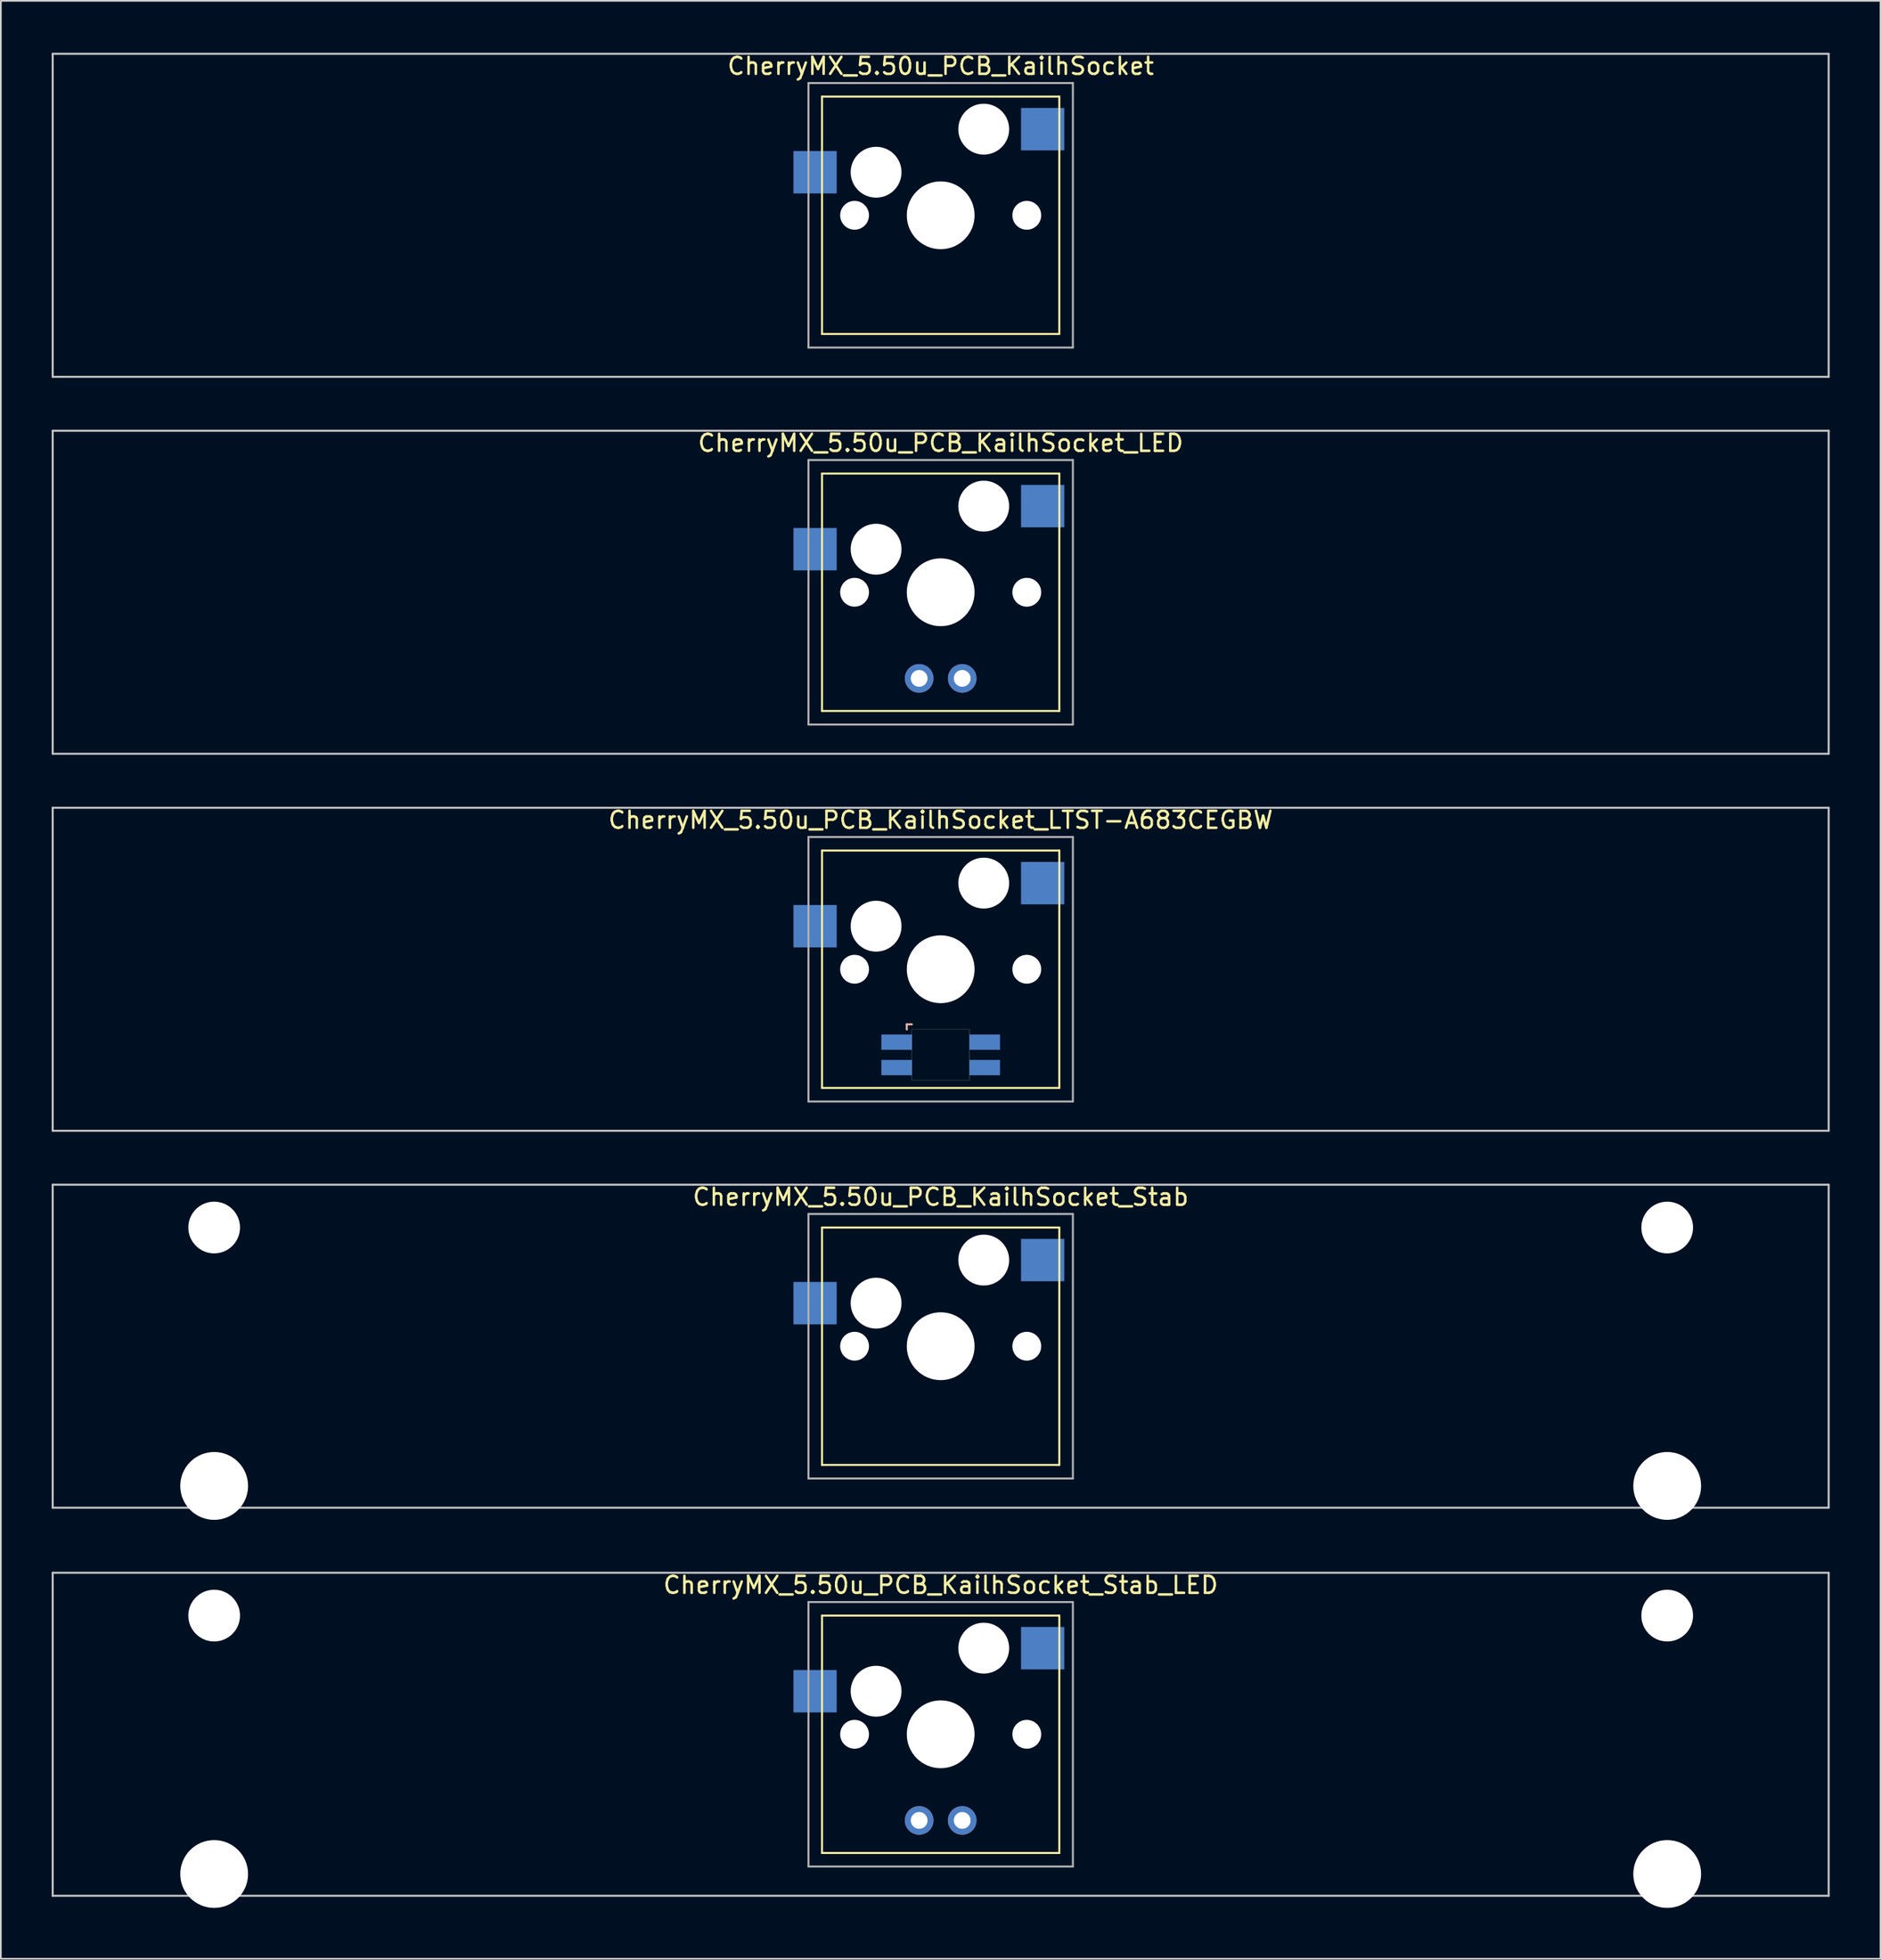
<source format=kicad_pcb>
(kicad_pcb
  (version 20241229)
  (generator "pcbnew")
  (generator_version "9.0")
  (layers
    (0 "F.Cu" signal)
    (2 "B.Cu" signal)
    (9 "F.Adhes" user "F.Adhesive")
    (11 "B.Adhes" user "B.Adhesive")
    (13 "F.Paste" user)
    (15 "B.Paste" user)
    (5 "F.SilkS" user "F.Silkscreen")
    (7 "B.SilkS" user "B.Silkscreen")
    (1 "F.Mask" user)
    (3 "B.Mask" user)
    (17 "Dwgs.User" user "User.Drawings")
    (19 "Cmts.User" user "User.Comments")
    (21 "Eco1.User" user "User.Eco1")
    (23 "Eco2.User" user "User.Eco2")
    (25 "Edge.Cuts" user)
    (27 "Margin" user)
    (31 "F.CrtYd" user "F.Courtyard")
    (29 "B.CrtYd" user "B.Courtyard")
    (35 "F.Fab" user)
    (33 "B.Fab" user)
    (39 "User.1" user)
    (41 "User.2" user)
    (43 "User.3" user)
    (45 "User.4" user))
  (footprint "CherryMX_5.50u_PCB_KailhSocket_LED"
    (layer "F.Cu")
    (at 52.447 31.881)
    (property "Reference" "CherryMX_5.50u_PCB_KailhSocket_LED" (at 0 -8.8 0) (layer "F.SilkS") (effects (font (size 1 1) (thickness 0.15))))
    (attr through_hole)
    (fp_line (start -7 -7) (end -7 7) (stroke (width 0.12) (type solid)) (layer "F.SilkS"))
    (fp_line (start -7 -7) (end 7 -7) (stroke (width 0.12) (type solid)) (layer "F.SilkS"))
    (fp_line (start 7 -7) (end 7 7) (stroke (width 0.12) (type solid)) (layer "F.SilkS"))
    (fp_line (start 7 7) (end -7 7) (stroke (width 0.12) (type solid)) (layer "F.SilkS"))
    (fp_line (start -52.388 -9.525) (end 52.388 -9.525) (stroke (width 0.12) (type solid)) (layer "Dwgs.User"))
    (fp_line (start -52.388 9.525) (end -52.388 -9.525) (stroke (width 0.12) (type solid)) (layer "Dwgs.User"))
    (fp_line (start 52.388 -9.525) (end 52.388 9.525) (stroke (width 0.12) (type solid)) (layer "Dwgs.User"))
    (fp_line (start 52.388 9.525) (end -52.388 9.525) (stroke (width 0.12) (type solid)) (layer "Dwgs.User"))
    (fp_line (start -7.8 -7.8) (end -7.8 7.8) (stroke (width 0.12) (type solid)) (layer "F.Fab"))
    (fp_line (start -7.8 -7.8) (end 7.8 -7.8) (stroke (width 0.12) (type solid)) (layer "F.Fab"))
    (fp_line (start -7.8 7.8) (end 7.8 7.8) (stroke (width 0.12) (type solid)) (layer "F.Fab"))
    (fp_line (start 7.8 -7.8) (end 7.8 7.8) (stroke (width 0.12) (type solid)) (layer "F.Fab"))
    (pad "" np_thru_hole circle (at -5.08 0) (size 1.7 1.7) (drill 1.7) (layers "*.Cu" "*.Mask"))
    (pad "" np_thru_hole circle (at -3.81 -2.54) (size 3 3) (drill 3) (layers "*.Cu" "*.Mask"))
    (pad "" np_thru_hole circle (at 0 0) (size 4 4) (drill 4) (layers "*.Cu" "*.Mask"))
    (pad "" np_thru_hole circle (at 2.54 -5.08) (size 3 3) (drill 3) (layers "*.Cu" "*.Mask"))
    (pad "" np_thru_hole circle (at 5.08 0) (size 1.7 1.7) (drill 1.7) (layers "*.Cu" "*.Mask"))
    (pad "1" smd rect (at -7.41 -2.54) (size 2.55 2.5) (layers "B.Cu" "B.Mask" "B.Paste"))
    (pad "2" smd rect (at 6.015 -5.08) (size 2.55 2.5) (layers "B.Cu" "B.Mask" "B.Paste"))
    (pad "3" thru_hole circle (at -1.27 5.08) (size 1.691 1.691) (drill 0.991) (layers "*.Cu" "*.Mask"))
    (pad "4" thru_hole circle (at 1.27 5.08) (size 1.691 1.691) (drill 0.991) (layers "*.Cu" "*.Mask")))
  (footprint "CherryMX_5.50u_PCB_KailhSocket_Stab_LED"
    (layer "F.Cu")
    (at 52.447 99.236)
    (property "Reference" "CherryMX_5.50u_PCB_KailhSocket_Stab_LED" (at 0 -8.8 0) (layer "F.SilkS") (effects (font (size 1 1) (thickness 0.15))))
    (attr through_hole)
    (fp_line (start -7 -7) (end -7 7) (stroke (width 0.12) (type solid)) (layer "F.SilkS"))
    (fp_line (start -7 -7) (end 7 -7) (stroke (width 0.12) (type solid)) (layer "F.SilkS"))
    (fp_line (start 7 -7) (end 7 7) (stroke (width 0.12) (type solid)) (layer "F.SilkS"))
    (fp_line (start 7 7) (end -7 7) (stroke (width 0.12) (type solid)) (layer "F.SilkS"))
    (fp_line (start -52.388 -9.525) (end 52.388 -9.525) (stroke (width 0.12) (type solid)) (layer "Dwgs.User"))
    (fp_line (start -52.388 9.525) (end -52.388 -9.525) (stroke (width 0.12) (type solid)) (layer "Dwgs.User"))
    (fp_line (start 52.388 -9.525) (end 52.388 9.525) (stroke (width 0.12) (type solid)) (layer "Dwgs.User"))
    (fp_line (start 52.388 9.525) (end -52.388 9.525) (stroke (width 0.12) (type solid)) (layer "Dwgs.User"))
    (fp_line (start -7.8 -7.8) (end -7.8 7.8) (stroke (width 0.12) (type solid)) (layer "F.Fab"))
    (fp_line (start -7.8 -7.8) (end 7.8 -7.8) (stroke (width 0.12) (type solid)) (layer "F.Fab"))
    (fp_line (start -7.8 7.8) (end 7.8 7.8) (stroke (width 0.12) (type solid)) (layer "F.Fab"))
    (fp_line (start 7.8 -7.8) (end 7.8 7.8) (stroke (width 0.12) (type solid)) (layer "F.Fab"))
    (pad "" np_thru_hole circle (at -42.862 -7) (size 3.05 3.05) (drill 3.05) (layers "*.Cu" "*.Mask"))
    (pad "" np_thru_hole circle (at -42.862 8.24) (size 4 4) (drill 4) (layers "*.Cu" "*.Mask"))
    (pad "" np_thru_hole circle (at -5.08 0) (size 1.7 1.7) (drill 1.7) (layers "*.Cu" "*.Mask"))
    (pad "" np_thru_hole circle (at -3.81 -2.54) (size 3 3) (drill 3) (layers "*.Cu" "*.Mask"))
    (pad "" np_thru_hole circle (at 0 0) (size 4 4) (drill 4) (layers "*.Cu" "*.Mask"))
    (pad "" np_thru_hole circle (at 2.54 -5.08) (size 3 3) (drill 3) (layers "*.Cu" "*.Mask"))
    (pad "" np_thru_hole circle (at 5.08 0) (size 1.7 1.7) (drill 1.7) (layers "*.Cu" "*.Mask"))
    (pad "" np_thru_hole circle (at 42.862 -7) (size 3.05 3.05) (drill 3.05) (layers "*.Cu" "*.Mask"))
    (pad "" np_thru_hole circle (at 42.862 8.24) (size 4 4) (drill 4) (layers "*.Cu" "*.Mask"))
    (pad "1" smd rect (at -7.41 -2.54) (size 2.55 2.5) (layers "B.Cu" "B.Mask" "B.Paste"))
    (pad "2" smd rect (at 6.015 -5.08) (size 2.55 2.5) (layers "B.Cu" "B.Mask" "B.Paste"))
    (pad "3" thru_hole circle (at -1.27 5.08) (size 1.691 1.691) (drill 0.991) (layers "*.Cu" "*.Mask"))
    (pad "4" thru_hole circle (at 1.27 5.08) (size 1.691 1.691) (drill 0.991) (layers "*.Cu" "*.Mask")))
  (footprint "CherryMX_5.50u_PCB_KailhSocket"
    (layer "F.Cu")
    (at 52.447 9.648)
    (property "Reference" "CherryMX_5.50u_PCB_KailhSocket" (at 0 -8.8 0) (layer "F.SilkS") (effects (font (size 1 1) (thickness 0.15))))
    (attr through_hole)
    (fp_line (start -7 -7) (end -7 7) (stroke (width 0.12) (type solid)) (layer "F.SilkS"))
    (fp_line (start -7 -7) (end 7 -7) (stroke (width 0.12) (type solid)) (layer "F.SilkS"))
    (fp_line (start 7 -7) (end 7 7) (stroke (width 0.12) (type solid)) (layer "F.SilkS"))
    (fp_line (start 7 7) (end -7 7) (stroke (width 0.12) (type solid)) (layer "F.SilkS"))
    (fp_line (start -52.388 -9.525) (end 52.388 -9.525) (stroke (width 0.12) (type solid)) (layer "Dwgs.User"))
    (fp_line (start -52.388 9.525) (end -52.388 -9.525) (stroke (width 0.12) (type solid)) (layer "Dwgs.User"))
    (fp_line (start 52.388 -9.525) (end 52.388 9.525) (stroke (width 0.12) (type solid)) (layer "Dwgs.User"))
    (fp_line (start 52.388 9.525) (end -52.388 9.525) (stroke (width 0.12) (type solid)) (layer "Dwgs.User"))
    (fp_line (start -7.8 -7.8) (end -7.8 7.8) (stroke (width 0.12) (type solid)) (layer "F.Fab"))
    (fp_line (start -7.8 -7.8) (end 7.8 -7.8) (stroke (width 0.12) (type solid)) (layer "F.Fab"))
    (fp_line (start -7.8 7.8) (end 7.8 7.8) (stroke (width 0.12) (type solid)) (layer "F.Fab"))
    (fp_line (start 7.8 -7.8) (end 7.8 7.8) (stroke (width 0.12) (type solid)) (layer "F.Fab"))
    (pad "" np_thru_hole circle (at -5.08 0) (size 1.7 1.7) (drill 1.7) (layers "*.Cu" "*.Mask"))
    (pad "" np_thru_hole circle (at -3.81 -2.54) (size 3 3) (drill 3) (layers "*.Cu" "*.Mask"))
    (pad "" np_thru_hole circle (at 0 0) (size 4 4) (drill 4) (layers "*.Cu" "*.Mask"))
    (pad "" np_thru_hole circle (at 2.54 -5.08) (size 3 3) (drill 3) (layers "*.Cu" "*.Mask"))
    (pad "" np_thru_hole circle (at 5.08 0) (size 1.7 1.7) (drill 1.7) (layers "*.Cu" "*.Mask"))
    (pad "1" smd rect (at -7.41 -2.54) (size 2.55 2.5) (layers "B.Cu" "B.Mask" "B.Paste"))
    (pad "2" smd rect (at 6.015 -5.08) (size 2.55 2.5) (layers "B.Cu" "B.Mask" "B.Paste")))
  (footprint "CherryMX_5.50u_PCB_KailhSocket_Stab"
    (layer "F.Cu")
    (at 52.447 76.348)
    (property "Reference" "CherryMX_5.50u_PCB_KailhSocket_Stab" (at 0 -8.8 0) (layer "F.SilkS") (effects (font (size 1 1) (thickness 0.15))))
    (attr through_hole)
    (fp_line (start -7 -7) (end -7 7) (stroke (width 0.12) (type solid)) (layer "F.SilkS"))
    (fp_line (start -7 -7) (end 7 -7) (stroke (width 0.12) (type solid)) (layer "F.SilkS"))
    (fp_line (start 7 -7) (end 7 7) (stroke (width 0.12) (type solid)) (layer "F.SilkS"))
    (fp_line (start 7 7) (end -7 7) (stroke (width 0.12) (type solid)) (layer "F.SilkS"))
    (fp_line (start -52.388 -9.525) (end 52.388 -9.525) (stroke (width 0.12) (type solid)) (layer "Dwgs.User"))
    (fp_line (start -52.388 9.525) (end -52.388 -9.525) (stroke (width 0.12) (type solid)) (layer "Dwgs.User"))
    (fp_line (start 52.388 -9.525) (end 52.388 9.525) (stroke (width 0.12) (type solid)) (layer "Dwgs.User"))
    (fp_line (start 52.388 9.525) (end -52.388 9.525) (stroke (width 0.12) (type solid)) (layer "Dwgs.User"))
    (fp_line (start -7.8 -7.8) (end -7.8 7.8) (stroke (width 0.12) (type solid)) (layer "F.Fab"))
    (fp_line (start -7.8 -7.8) (end 7.8 -7.8) (stroke (width 0.12) (type solid)) (layer "F.Fab"))
    (fp_line (start -7.8 7.8) (end 7.8 7.8) (stroke (width 0.12) (type solid)) (layer "F.Fab"))
    (fp_line (start 7.8 -7.8) (end 7.8 7.8) (stroke (width 0.12) (type solid)) (layer "F.Fab"))
    (pad "" np_thru_hole circle (at -42.862 -7) (size 3.05 3.05) (drill 3.05) (layers "*.Cu" "*.Mask"))
    (pad "" np_thru_hole circle (at -42.862 8.24) (size 4 4) (drill 4) (layers "*.Cu" "*.Mask"))
    (pad "" np_thru_hole circle (at -5.08 0) (size 1.7 1.7) (drill 1.7) (layers "*.Cu" "*.Mask"))
    (pad "" np_thru_hole circle (at -3.81 -2.54) (size 3 3) (drill 3) (layers "*.Cu" "*.Mask"))
    (pad "" np_thru_hole circle (at 0 0) (size 4 4) (drill 4) (layers "*.Cu" "*.Mask"))
    (pad "" np_thru_hole circle (at 2.54 -5.08) (size 3 3) (drill 3) (layers "*.Cu" "*.Mask"))
    (pad "" np_thru_hole circle (at 5.08 0) (size 1.7 1.7) (drill 1.7) (layers "*.Cu" "*.Mask"))
    (pad "" np_thru_hole circle (at 42.862 -7) (size 3.05 3.05) (drill 3.05) (layers "*.Cu" "*.Mask"))
    (pad "" np_thru_hole circle (at 42.862 8.24) (size 4 4) (drill 4) (layers "*.Cu" "*.Mask"))
    (pad "1" smd rect (at -7.41 -2.54) (size 2.55 2.5) (layers "B.Cu" "B.Mask" "B.Paste"))
    (pad "2" smd rect (at 6.015 -5.08) (size 2.55 2.5) (layers "B.Cu" "B.Mask" "B.Paste")))
  (footprint "CherryMX_5.50u_PCB_KailhSocket_LTST-A683CEGBW"
    (layer "F.Cu")
    (at 52.447 54.115)
    (property "Reference" "CherryMX_5.50u_PCB_KailhSocket_LTST-A683CEGBW" (at 0 -8.8 0) (layer "F.SilkS") (effects (font (size 1 1) (thickness 0.15))))
    (attr through_hole)
    (fp_line (start -7 -7) (end -7 7) (stroke (width 0.12) (type solid)) (layer "F.SilkS"))
    (fp_line (start -7 -7) (end 7 -7) (stroke (width 0.12) (type solid)) (layer "F.SilkS"))
    (fp_line (start 7 -7) (end 7 7) (stroke (width 0.12) (type solid)) (layer "F.SilkS"))
    (fp_line (start 7 7) (end -7 7) (stroke (width 0.12) (type solid)) (layer "F.SilkS"))
    (fp_line (start -2 3.25) (end -2 3.55) (stroke (width 0.12) (type solid)) (layer "B.SilkS"))
    (fp_line (start -1.7 3.25) (end -2 3.25) (stroke (width 0.12) (type solid)) (layer "B.SilkS"))
    (fp_line (start -52.388 -9.525) (end 52.388 -9.525) (stroke (width 0.12) (type solid)) (layer "Dwgs.User"))
    (fp_line (start -52.388 9.525) (end -52.388 -9.525) (stroke (width 0.12) (type solid)) (layer "Dwgs.User"))
    (fp_line (start 52.388 -9.525) (end 52.388 9.525) (stroke (width 0.12) (type solid)) (layer "Dwgs.User"))
    (fp_line (start 52.388 9.525) (end -52.388 9.525) (stroke (width 0.12) (type solid)) (layer "Dwgs.User"))
    (fp_poly (pts (xy 1.7 6.55) (xy -1.7 6.55) (xy -1.7 3.55) (xy 1.7 3.55)) (stroke (width 0.01) (type solid)) (fill no) (layer "Edge.Cuts"))
    (fp_line (start -7.8 -7.8) (end -7.8 7.8) (stroke (width 0.12) (type solid)) (layer "F.Fab"))
    (fp_line (start -7.8 -7.8) (end 7.8 -7.8) (stroke (width 0.12) (type solid)) (layer "F.Fab"))
    (fp_line (start -7.8 7.8) (end 7.8 7.8) (stroke (width 0.12) (type solid)) (layer "F.Fab"))
    (fp_line (start 7.8 -7.8) (end 7.8 7.8) (stroke (width 0.12) (type solid)) (layer "F.Fab"))
    (pad "" np_thru_hole circle (at -5.08 0) (size 1.7 1.7) (drill 1.7) (layers "*.Cu" "*.Mask"))
    (pad "" np_thru_hole circle (at -3.81 -2.54) (size 3 3) (drill 3) (layers "*.Cu" "*.Mask"))
    (pad "" np_thru_hole circle (at 0 0) (size 4 4) (drill 4) (layers "*.Cu" "*.Mask"))
    (pad "" np_thru_hole circle (at 2.54 -5.08) (size 3 3) (drill 3) (layers "*.Cu" "*.Mask"))
    (pad "" np_thru_hole circle (at 5.08 0) (size 1.7 1.7) (drill 1.7) (layers "*.Cu" "*.Mask"))
    (pad "1" smd rect (at -7.41 -2.54) (size 2.55 2.5) (layers "B.Cu" "B.Mask" "B.Paste"))
    (pad "2" smd rect (at 6.015 -5.08) (size 2.55 2.5) (layers "B.Cu" "B.Mask" "B.Paste"))
    (pad "3" smd rect (at -2.6 4.3) (size 1.8 0.9) (layers "B.Cu" "B.Mask" "B.Paste"))
    (pad "4" smd rect (at -2.6 5.8) (size 1.8 0.9) (layers "B.Cu" "B.Mask" "B.Paste"))
    (pad "5" smd rect (at 2.6 4.3) (size 1.8 0.9) (layers "B.Cu" "B.Mask" "B.Paste"))
    (pad "6" smd rect (at 2.6 5.8) (size 1.8 0.9) (layers "B.Cu" "B.Mask" "B.Paste")))
  (gr_rect
    (start -3 -3)
    (end 107.895 112.476)
    (stroke (width 0.1) (type default))
    (fill no)
    (layer "Edge.Cuts")))
</source>
